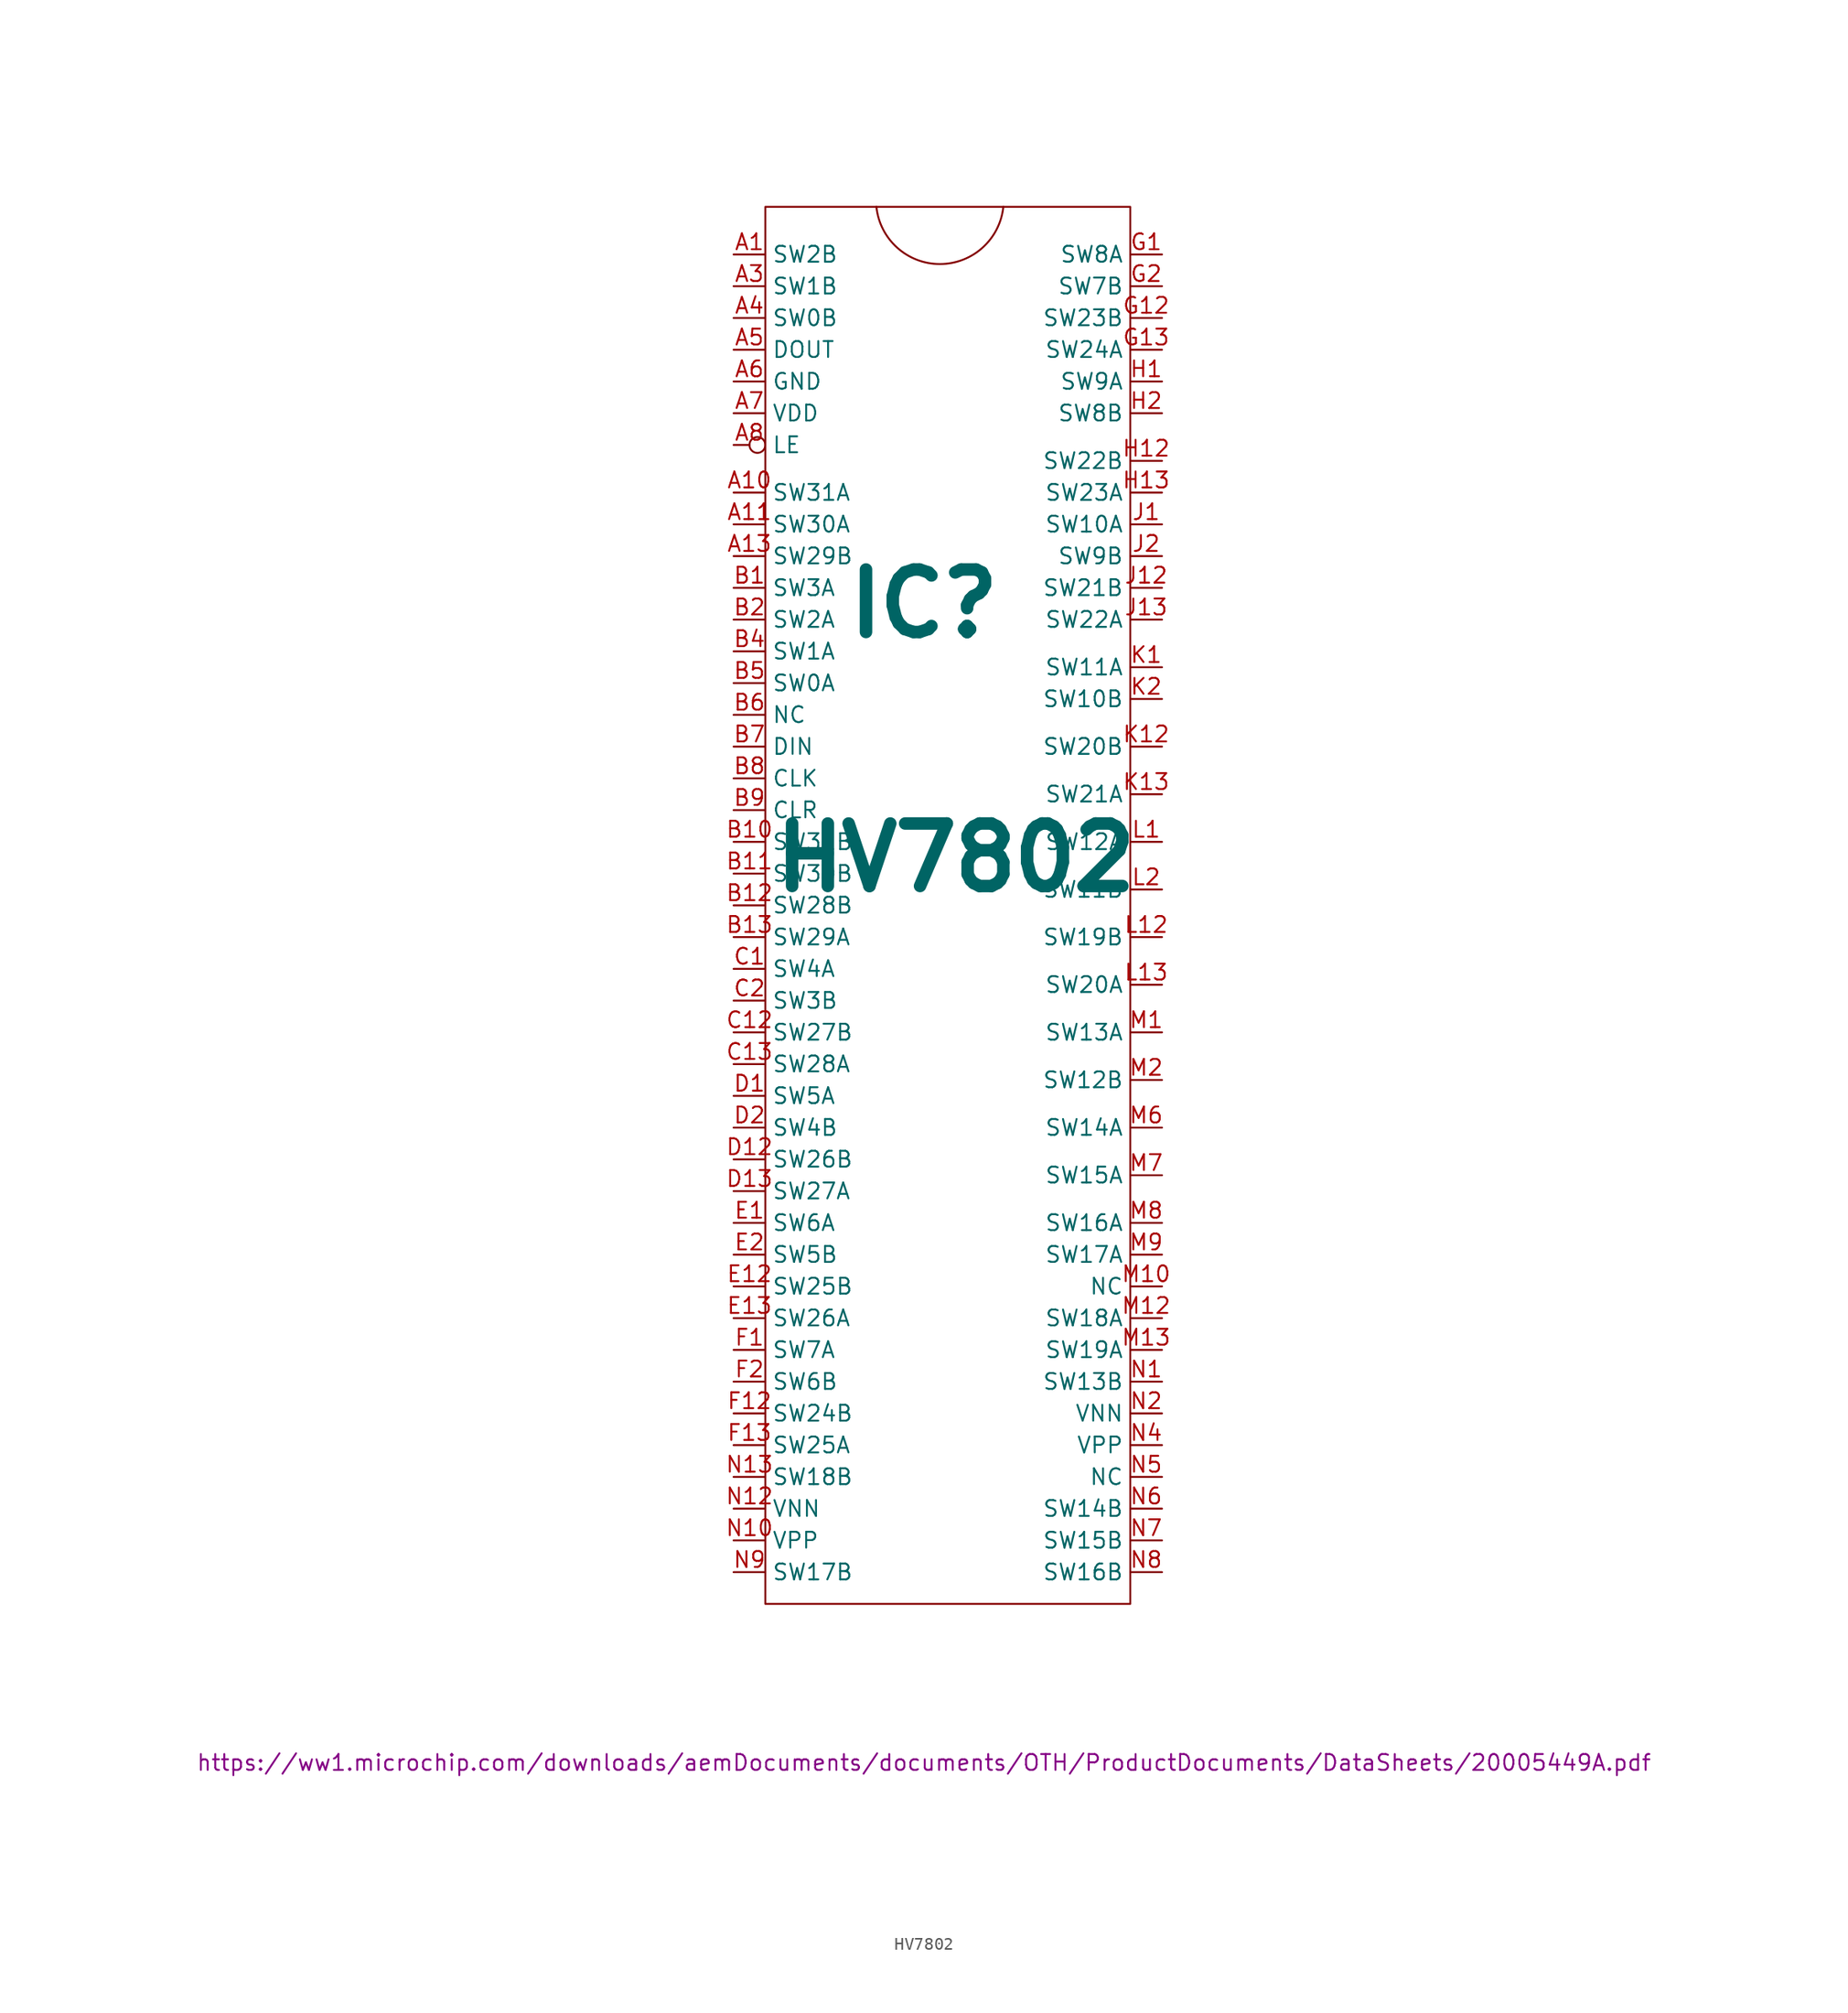
<source format=kicad_sym>
(kicad_symbol_lib
  (version 20211014)
  (generator kicad_symbol_editor)
  (symbol "HV7802"
    (property "Reference" "IC"
      (at 0 86.36 0)
      (effects (font (size 5 5) bold)))
    (property "Value" "HV7802"
      (at 2.54 66.04 0)
      (effects (font (size 5 5) bold)))
    (property "Datasheet" "https://ww1.microchip.com/downloads/aemDocuments/documents/OTH/ProductDocuments/DataSheets/20005449A.pdf"
      (at 0 -6.35 0)
      (effects (font (size 1.27 1.27))))
    (symbol "HV7802_0_1"
      (arc (start -3.81 118.11) (mid 1.27 113.5327) (end 6.35 118.11) (stroke (width 0) (type default) (color 0 0 0 0)) (fill (type none)))
      (polyline (pts (xy -12.7 6.35) (xy 16.51 6.35) (xy 16.51 118.11) (xy -12.7 118.11) (xy -12.7 6.35)) (stroke (width 0) (type default) (color 0 0 0 0)) (fill (type none))))
    (symbol "HV7802_1_1"
      (pin bidirectional line (at -15.24 114.3 0) (length 2.54) (name "SW2B" (effects (font (size 1.27 1.27)))) (number "A1" (effects (font (size 1.27 1.27)))))
      (pin bidirectional line (at -15.24 95.25 0) (length 2.54) (name "SW31A" (effects (font (size 1.27 1.27)))) (number "A10" (effects (font (size 1.27 1.27)))))
      (pin bidirectional line (at -15.24 92.71 0) (length 2.54) (name "SW30A" (effects (font (size 1.27 1.27)))) (number "A11" (effects (font (size 1.27 1.27)))))
      (pin bidirectional line (at -15.24 90.17 0) (length 2.54) (name "SW29B" (effects (font (size 1.27 1.27)))) (number "A13" (effects (font (size 1.27 1.27)))))
      (pin bidirectional line (at -15.24 111.76 0) (length 2.54) (name "SW1B" (effects (font (size 1.27 1.27)))) (number "A3" (effects (font (size 1.27 1.27)))))
      (pin bidirectional line (at -15.24 109.22 0) (length 2.54) (name "SW0B" (effects (font (size 1.27 1.27)))) (number "A4" (effects (font (size 1.27 1.27)))))
      (pin power_out line (at -15.24 106.68 0) (length 2.54) (name "DOUT" (effects (font (size 1.27 1.27)))) (number "A5" (effects (font (size 1.27 1.27)))))
      (pin power_out line (at -15.24 104.14 0) (length 2.54) (name "GND" (effects (font (size 1.27 1.27)))) (number "A6" (effects (font (size 1.27 1.27)))))
      (pin power_in line (at -15.24 101.6 0) (length 2.54) (name "VDD" (effects (font (size 1.27 1.27)))) (number "A7" (effects (font (size 1.27 1.27)))))
      (pin power_in inverted (at -15.24 99.06 0) (length 2.54) (name "LE" (effects (font (size 1.27 1.27)))) (number "A8" (effects (font (size 1.27 1.27)))))
      (pin bidirectional line (at -15.24 87.63 0) (length 2.54) (name "SW3A" (effects (font (size 1.27 1.27)))) (number "B1" (effects (font (size 1.27 1.27)))))
      (pin bidirectional line (at -15.24 67.31 0) (length 2.54) (name "SW31B" (effects (font (size 1.27 1.27)))) (number "B10" (effects (font (size 1.27 1.27)))))
      (pin bidirectional line (at -15.24 64.77 0) (length 2.54) (name "SW30B" (effects (font (size 1.27 1.27)))) (number "B11" (effects (font (size 1.27 1.27)))))
      (pin bidirectional line (at -15.24 62.23 0) (length 2.54) (name "SW28B" (effects (font (size 1.27 1.27)))) (number "B12" (effects (font (size 1.27 1.27)))))
      (pin bidirectional line (at -15.24 59.69 0) (length 2.54) (name "SW29A" (effects (font (size 1.27 1.27)))) (number "B13" (effects (font (size 1.27 1.27)))))
      (pin bidirectional line (at -15.24 85.09 0) (length 2.54) (name "SW2A" (effects (font (size 1.27 1.27)))) (number "B2" (effects (font (size 1.27 1.27)))))
      (pin bidirectional line (at -15.24 82.55 0) (length 2.54) (name "SW1A" (effects (font (size 1.27 1.27)))) (number "B4" (effects (font (size 1.27 1.27)))))
      (pin bidirectional line (at -15.24 80.01 0) (length 2.54) (name "SW0A" (effects (font (size 1.27 1.27)))) (number "B5" (effects (font (size 1.27 1.27)))))
      (pin bidirectional line (at -15.24 77.47 0) (length 2.54) (name "NC" (effects (font (size 1.27 1.27)))) (number "B6" (effects (font (size 1.27 1.27)))))
      (pin input line (at -15.24 74.93 0) (length 2.54) (name "DIN" (effects (font (size 1.27 1.27)))) (number "B7" (effects (font (size 1.27 1.27)))))
      (pin power_in line (at -15.24 72.39 0) (length 2.54) (name "CLK" (effects (font (size 1.27 1.27)))) (number "B8" (effects (font (size 1.27 1.27)))))
      (pin power_in line (at -15.24 69.85 0) (length 2.54) (name "CLR" (effects (font (size 1.27 1.27)))) (number "B9" (effects (font (size 1.27 1.27)))))
      (pin bidirectional line (at -15.24 57.15 0) (length 2.54) (name "SW4A" (effects (font (size 1.27 1.27)))) (number "C1" (effects (font (size 1.27 1.27)))))
      (pin bidirectional line (at -15.24 52.07 0) (length 2.54) (name "SW27B" (effects (font (size 1.27 1.27)))) (number "C12" (effects (font (size 1.27 1.27)))))
      (pin bidirectional line (at -15.24 49.53 0) (length 2.54) (name "SW28A" (effects (font (size 1.27 1.27)))) (number "C13" (effects (font (size 1.27 1.27)))))
      (pin bidirectional line (at -15.24 54.61 0) (length 2.54) (name "SW3B" (effects (font (size 1.27 1.27)))) (number "C2" (effects (font (size 1.27 1.27)))))
      (pin bidirectional line (at -15.24 46.99 0) (length 2.54) (name "SW5A" (effects (font (size 1.27 1.27)))) (number "D1" (effects (font (size 1.27 1.27)))))
      (pin bidirectional line (at -15.24 41.91 0) (length 2.54) (name "SW26B" (effects (font (size 1.27 1.27)))) (number "D12" (effects (font (size 1.27 1.27)))))
      (pin bidirectional line (at -15.24 39.37 0) (length 2.54) (name "SW27A" (effects (font (size 1.27 1.27)))) (number "D13" (effects (font (size 1.27 1.27)))))
      (pin bidirectional line (at -15.24 44.45 0) (length 2.54) (name "SW4B" (effects (font (size 1.27 1.27)))) (number "D2" (effects (font (size 1.27 1.27)))))
      (pin bidirectional line (at -15.24 36.83 0) (length 2.54) (name "SW6A" (effects (font (size 1.27 1.27)))) (number "E1" (effects (font (size 1.27 1.27)))))
      (pin bidirectional line (at -15.24 31.75 0) (length 2.54) (name "SW25B" (effects (font (size 1.27 1.27)))) (number "E12" (effects (font (size 1.27 1.27)))))
      (pin bidirectional line (at -15.24 29.21 0) (length 2.54) (name "SW26A" (effects (font (size 1.27 1.27)))) (number "E13" (effects (font (size 1.27 1.27)))))
      (pin bidirectional line (at -15.24 34.29 0) (length 2.54) (name "SW5B" (effects (font (size 1.27 1.27)))) (number "E2" (effects (font (size 1.27 1.27)))))
      (pin bidirectional line (at -15.24 26.67 0) (length 2.54) (name "SW7A" (effects (font (size 1.27 1.27)))) (number "F1" (effects (font (size 1.27 1.27)))))
      (pin bidirectional line (at -15.24 21.59 0) (length 2.54) (name "SW24B" (effects (font (size 1.27 1.27)))) (number "F12" (effects (font (size 1.27 1.27)))))
      (pin bidirectional line (at -15.24 19.05 0) (length 2.54) (name "SW25A" (effects (font (size 1.27 1.27)))) (number "F13" (effects (font (size 1.27 1.27)))))
      (pin bidirectional line (at -15.24 24.13 0) (length 2.54) (name "SW6B" (effects (font (size 1.27 1.27)))) (number "F2" (effects (font (size 1.27 1.27)))))
      (pin bidirectional line (at 19.05 114.3 180) (length 2.54) (name "SW8A" (effects (font (size 1.27 1.27)))) (number "G1" (effects (font (size 1.27 1.27)))))
      (pin bidirectional line (at 19.05 109.22 180) (length 2.54) (name "SW23B" (effects (font (size 1.27 1.27)))) (number "G12" (effects (font (size 1.27 1.27)))))
      (pin bidirectional line (at 19.05 106.68 180) (length 2.54) (name "SW24A" (effects (font (size 1.27 1.27)))) (number "G13" (effects (font (size 1.27 1.27)))))
      (pin bidirectional line (at 19.05 111.76 180) (length 2.54) (name "SW7B" (effects (font (size 1.27 1.27)))) (number "G2" (effects (font (size 1.27 1.27)))))
      (pin bidirectional line (at 19.05 104.14 180) (length 2.54) (name "SW9A" (effects (font (size 1.27 1.27)))) (number "H1" (effects (font (size 1.27 1.27)))))
      (pin bidirectional line (at 19.05 97.79 180) (length 2.54) (name "SW22B" (effects (font (size 1.27 1.27)))) (number "H12" (effects (font (size 1.27 1.27)))))
      (pin bidirectional line (at 19.05 95.25 180) (length 2.54) (name "SW23A" (effects (font (size 1.27 1.27)))) (number "H13" (effects (font (size 1.27 1.27)))))
      (pin bidirectional line (at 19.05 101.6 180) (length 2.54) (name "SW8B" (effects (font (size 1.27 1.27)))) (number "H2" (effects (font (size 1.27 1.27)))))
      (pin bidirectional line (at 19.05 92.71 180) (length 2.54) (name "SW10A" (effects (font (size 1.27 1.27)))) (number "J1" (effects (font (size 1.27 1.27)))))
      (pin bidirectional line (at 19.05 87.63 180) (length 2.54) (name "SW21B" (effects (font (size 1.27 1.27)))) (number "J12" (effects (font (size 1.27 1.27)))))
      (pin bidirectional line (at 19.05 85.09 180) (length 2.54) (name "SW22A" (effects (font (size 1.27 1.27)))) (number "J13" (effects (font (size 1.27 1.27)))))
      (pin bidirectional line (at 19.05 90.17 180) (length 2.54) (name "SW9B" (effects (font (size 1.27 1.27)))) (number "J2" (effects (font (size 1.27 1.27)))))
      (pin bidirectional line (at 19.05 81.28 180) (length 2.54) (name "SW11A" (effects (font (size 1.27 1.27)))) (number "K1" (effects (font (size 1.27 1.27)))))
      (pin bidirectional line (at 19.05 74.93 180) (length 2.54) (name "SW20B" (effects (font (size 1.27 1.27)))) (number "K12" (effects (font (size 1.27 1.27)))))
      (pin bidirectional line (at 19.05 71.12 180) (length 2.54) (name "SW21A" (effects (font (size 1.27 1.27)))) (number "K13" (effects (font (size 1.27 1.27)))))
      (pin bidirectional line (at 19.05 78.74 180) (length 2.54) (name "SW10B" (effects (font (size 1.27 1.27)))) (number "K2" (effects (font (size 1.27 1.27)))))
      (pin bidirectional line (at 19.05 67.31 180) (length 2.54) (name "SW12A" (effects (font (size 1.27 1.27)))) (number "L1" (effects (font (size 1.27 1.27)))))
      (pin bidirectional line (at 19.05 59.69 180) (length 2.54) (name "SW19B" (effects (font (size 1.27 1.27)))) (number "L12" (effects (font (size 1.27 1.27)))))
      (pin bidirectional line (at 19.05 55.88 180) (length 2.54) (name "SW20A" (effects (font (size 1.27 1.27)))) (number "L13" (effects (font (size 1.27 1.27)))))
      (pin bidirectional line (at 19.05 63.5 180) (length 2.54) (name "SW11B" (effects (font (size 1.27 1.27)))) (number "L2" (effects (font (size 1.27 1.27)))))
      (pin bidirectional line (at 19.05 52.07 180) (length 2.54) (name "SW13A" (effects (font (size 1.27 1.27)))) (number "M1" (effects (font (size 1.27 1.27)))))
      (pin bidirectional line (at 19.05 31.75 180) (length 2.54) (name "NC" (effects (font (size 1.27 1.27)))) (number "M10" (effects (font (size 1.27 1.27)))))
      (pin bidirectional line (at 19.05 29.21 180) (length 2.54) (name "SW18A" (effects (font (size 1.27 1.27)))) (number "M12" (effects (font (size 1.27 1.27)))))
      (pin bidirectional line (at 19.05 26.67 180) (length 2.54) (name "SW19A" (effects (font (size 1.27 1.27)))) (number "M13" (effects (font (size 1.27 1.27)))))
      (pin bidirectional line (at 19.05 48.26 180) (length 2.54) (name "SW12B" (effects (font (size 1.27 1.27)))) (number "M2" (effects (font (size 1.27 1.27)))))
      (pin bidirectional line (at 19.05 44.45 180) (length 2.54) (name "SW14A" (effects (font (size 1.27 1.27)))) (number "M6" (effects (font (size 1.27 1.27)))))
      (pin bidirectional line (at 19.05 40.64 180) (length 2.54) (name "SW15A" (effects (font (size 1.27 1.27)))) (number "M7" (effects (font (size 1.27 1.27)))))
      (pin bidirectional line (at 19.05 36.83 180) (length 2.54) (name "SW16A" (effects (font (size 1.27 1.27)))) (number "M8" (effects (font (size 1.27 1.27)))))
      (pin bidirectional line (at 19.05 34.29 180) (length 2.54) (name "SW17A" (effects (font (size 1.27 1.27)))) (number "M9" (effects (font (size 1.27 1.27)))))
      (pin bidirectional line (at 19.05 24.13 180) (length 2.54) (name "SW13B" (effects (font (size 1.27 1.27)))) (number "N1" (effects (font (size 1.27 1.27)))))
      (pin power_in line (at -15.24 11.43 0) (length 2.54) (name "VPP" (effects (font (size 1.27 1.27)))) (number "N10" (effects (font (size 1.27 1.27)))))
      (pin power_in line (at -15.24 13.97 0) (length 2.54) (name "VNN" (effects (font (size 1.27 1.27)))) (number "N12" (effects (font (size 1.27 1.27)))))
      (pin power_in line (at -15.24 16.51 0) (length 2.54) (name "SW18B" (effects (font (size 1.27 1.27)))) (number "N13" (effects (font (size 1.27 1.27)))))
      (pin power_in line (at 19.05 21.59 180) (length 2.54) (name "VNN" (effects (font (size 1.27 1.27)))) (number "N2" (effects (font (size 1.27 1.27)))))
      (pin power_in line (at 19.05 19.05 180) (length 2.54) (name "VPP" (effects (font (size 1.27 1.27)))) (number "N4" (effects (font (size 1.27 1.27)))))
      (pin output line (at 19.05 16.51 180) (length 2.54) (name "NC" (effects (font (size 1.27 1.27)))) (number "N5" (effects (font (size 1.27 1.27)))))
      (pin input line (at 19.05 13.97 180) (length 2.54) (name "SW14B" (effects (font (size 1.27 1.27)))) (number "N6" (effects (font (size 1.27 1.27)))))
      (pin bidirectional line (at 19.05 11.43 180) (length 2.54) (name "SW15B" (effects (font (size 1.27 1.27)))) (number "N7" (effects (font (size 1.27 1.27)))))
      (pin bidirectional line (at 19.05 8.89 180) (length 2.54) (name "SW16B" (effects (font (size 1.27 1.27)))) (number "N8" (effects (font (size 1.27 1.27)))))
      (pin bidirectional line (at -15.24 8.89 0) (length 2.54) (name "SW17B" (effects (font (size 1.27 1.27)))) (number "N9" (effects (font (size 1.27 1.27))))))))
</source>
